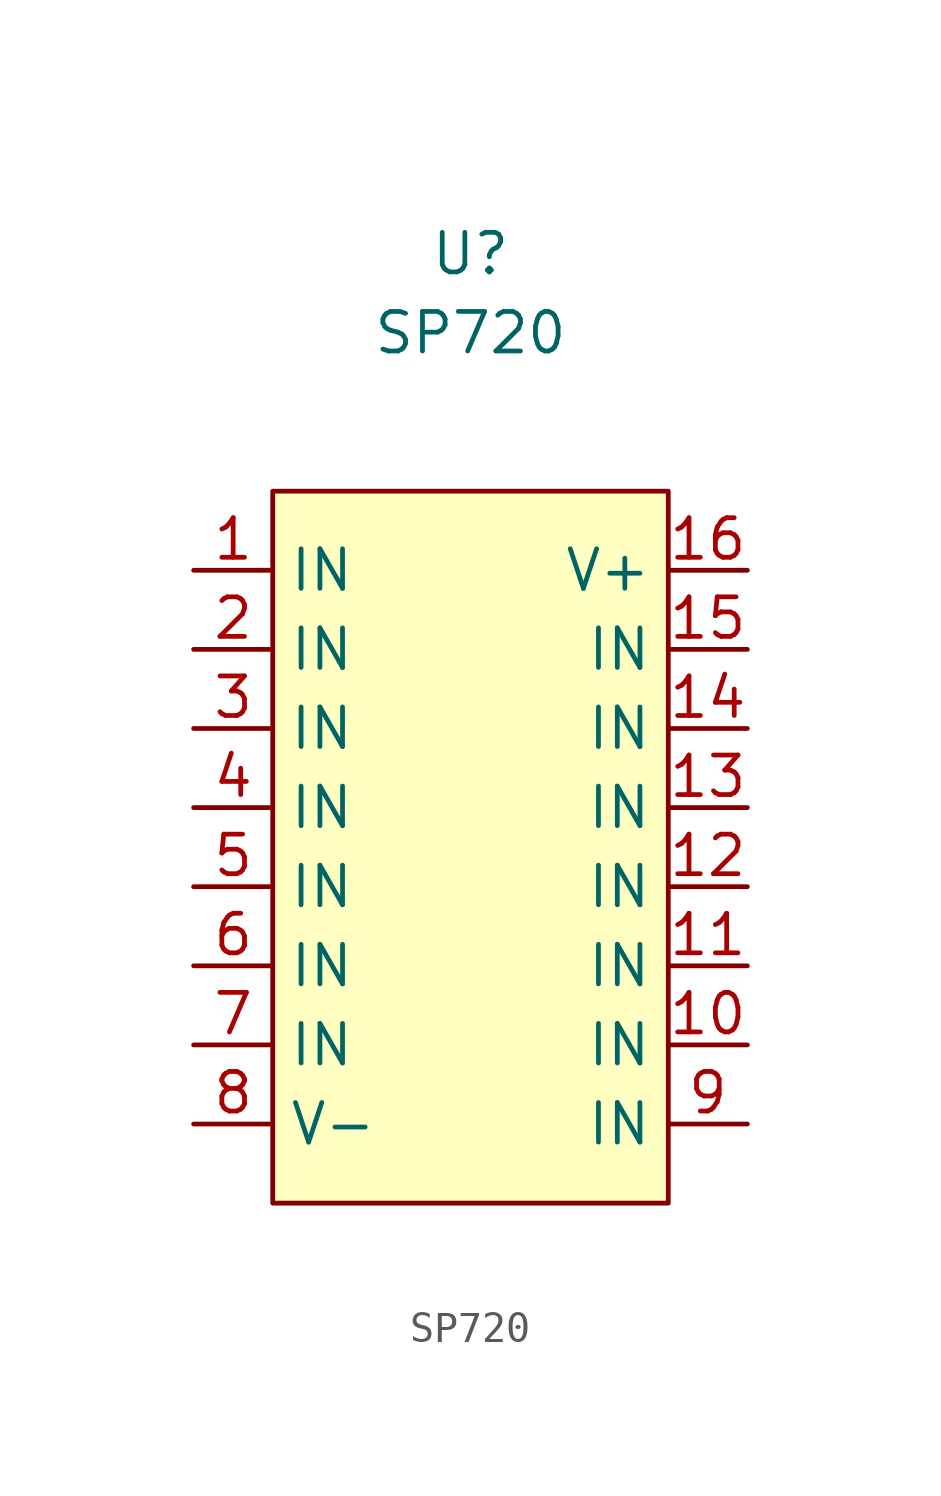
<source format=kicad_sym>
(kicad_symbol_lib
  (version 20211014)
  (generator kicad_symbol_editor)
  (symbol "SP720"
    (property "Reference" "U"
      (at 0 8.89 0)
      (effects (font (size 1.27 1.27))))
    (property "Value" "SP720"
      (at 0 6.35 0)
      (effects (font (size 1.27 1.27))))
    (symbol "SP720_0_1"
      (rectangle (start -6.35 1.27) (end 6.35 -21.59) (stroke (width 0) (type default) (color 0 0 0 0)) (fill (type background))))
    (symbol "SP720_1_1"
      (pin input line (at -8.89 -1.27 0) (length 2.54) (name "IN" (effects (font (size 1.27 1.27)))) (number "1" (effects (font (size 1.27 1.27)))))
      (pin input line (at 8.89 -16.51 180) (length 2.54) (name "IN" (effects (font (size 1.27 1.27)))) (number "10" (effects (font (size 1.27 1.27)))))
      (pin input line (at 8.89 -13.97 180) (length 2.54) (name "IN" (effects (font (size 1.27 1.27)))) (number "11" (effects (font (size 1.27 1.27)))))
      (pin input line (at 8.89 -11.43 180) (length 2.54) (name "IN" (effects (font (size 1.27 1.27)))) (number "12" (effects (font (size 1.27 1.27)))))
      (pin input line (at 8.89 -8.89 180) (length 2.54) (name "IN" (effects (font (size 1.27 1.27)))) (number "13" (effects (font (size 1.27 1.27)))))
      (pin input line (at 8.89 -6.35 180) (length 2.54) (name "IN" (effects (font (size 1.27 1.27)))) (number "14" (effects (font (size 1.27 1.27)))))
      (pin input line (at 8.89 -3.81 180) (length 2.54) (name "IN" (effects (font (size 1.27 1.27)))) (number "15" (effects (font (size 1.27 1.27)))))
      (pin power_in line (at 8.89 -1.27 180) (length 2.54) (name "V+" (effects (font (size 1.27 1.27)))) (number "16" (effects (font (size 1.27 1.27)))))
      (pin input line (at -8.89 -3.81 0) (length 2.54) (name "IN" (effects (font (size 1.27 1.27)))) (number "2" (effects (font (size 1.27 1.27)))))
      (pin input line (at -8.89 -6.35 0) (length 2.54) (name "IN" (effects (font (size 1.27 1.27)))) (number "3" (effects (font (size 1.27 1.27)))))
      (pin input line (at -8.89 -8.89 0) (length 2.54) (name "IN" (effects (font (size 1.27 1.27)))) (number "4" (effects (font (size 1.27 1.27)))))
      (pin input line (at -8.89 -11.43 0) (length 2.54) (name "IN" (effects (font (size 1.27 1.27)))) (number "5" (effects (font (size 1.27 1.27)))))
      (pin input line (at -8.89 -13.97 0) (length 2.54) (name "IN" (effects (font (size 1.27 1.27)))) (number "6" (effects (font (size 1.27 1.27)))))
      (pin input line (at -8.89 -16.51 0) (length 2.54) (name "IN" (effects (font (size 1.27 1.27)))) (number "7" (effects (font (size 1.27 1.27)))))
      (pin power_in line (at -8.89 -19.05 0) (length 2.54) (name "V-" (effects (font (size 1.27 1.27)))) (number "8" (effects (font (size 1.27 1.27)))))
      (pin input line (at 8.89 -19.05 180) (length 2.54) (name "IN" (effects (font (size 1.27 1.27)))) (number "9" (effects (font (size 1.27 1.27))))))))
</source>
